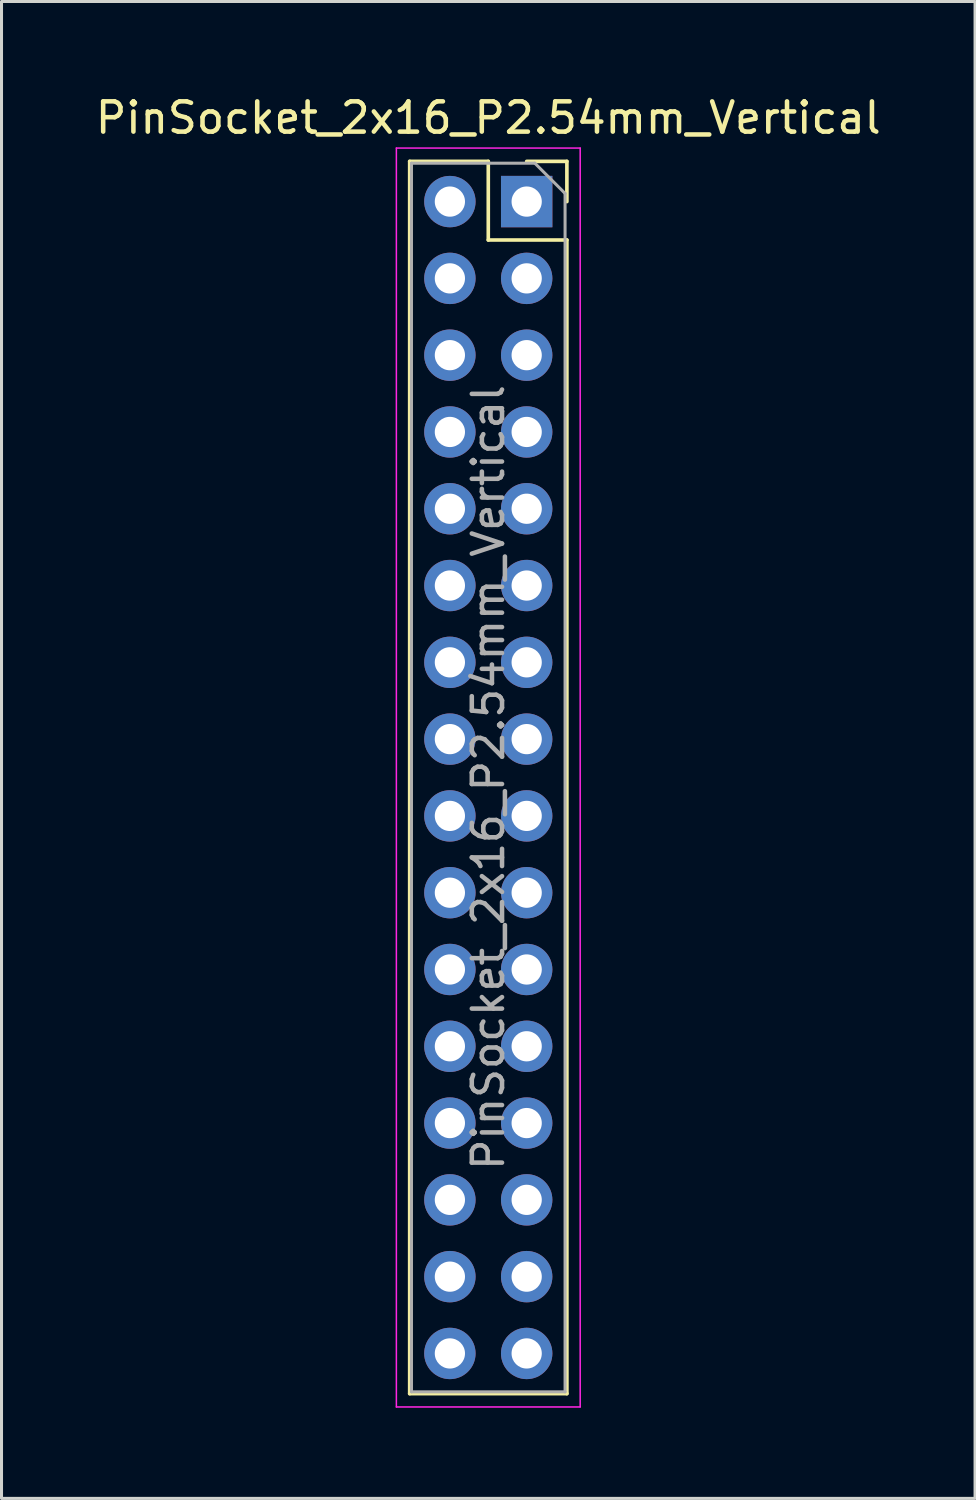
<source format=kicad_pcb>
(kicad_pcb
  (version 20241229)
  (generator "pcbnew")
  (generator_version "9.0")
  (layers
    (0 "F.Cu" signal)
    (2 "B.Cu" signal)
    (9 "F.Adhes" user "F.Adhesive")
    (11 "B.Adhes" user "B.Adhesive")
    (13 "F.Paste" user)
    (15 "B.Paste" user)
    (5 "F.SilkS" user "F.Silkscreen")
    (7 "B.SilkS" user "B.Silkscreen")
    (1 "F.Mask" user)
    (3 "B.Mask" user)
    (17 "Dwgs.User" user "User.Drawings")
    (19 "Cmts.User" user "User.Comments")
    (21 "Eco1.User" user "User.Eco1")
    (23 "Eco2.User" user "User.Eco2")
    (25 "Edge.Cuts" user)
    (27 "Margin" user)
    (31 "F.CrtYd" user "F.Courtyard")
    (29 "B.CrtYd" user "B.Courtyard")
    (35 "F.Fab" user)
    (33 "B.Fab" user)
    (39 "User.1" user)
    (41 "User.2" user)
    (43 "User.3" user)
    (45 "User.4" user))
  (footprint "PinSocket_2x16_P2.54mm_Vertical"
    (layer "F.Cu")
    (at 14.371 3.618)
    (property "Reference" "PinSocket_2x16_P2.54mm_Vertical" (at -1.27 -2.77 0) (layer "F.SilkS") (effects (font (size 1 1) (thickness 0.15))))
    (attr through_hole)
    (fp_line (start -3.87 -1.33) (end -3.87 39.43) (stroke (width 0.12) (type solid)) (layer "F.SilkS"))
    (fp_line (start -3.87 -1.33) (end -1.27 -1.33) (stroke (width 0.12) (type solid)) (layer "F.SilkS"))
    (fp_line (start -3.87 39.43) (end 1.33 39.43) (stroke (width 0.12) (type solid)) (layer "F.SilkS"))
    (fp_line (start -1.27 -1.33) (end -1.27 1.27) (stroke (width 0.12) (type solid)) (layer "F.SilkS"))
    (fp_line (start -1.27 1.27) (end 1.33 1.27) (stroke (width 0.12) (type solid)) (layer "F.SilkS"))
    (fp_line (start 0 -1.33) (end 1.33 -1.33) (stroke (width 0.12) (type solid)) (layer "F.SilkS"))
    (fp_line (start 1.33 -1.33) (end 1.33 0) (stroke (width 0.12) (type solid)) (layer "F.SilkS"))
    (fp_line (start 1.33 1.27) (end 1.33 39.43) (stroke (width 0.12) (type solid)) (layer "F.SilkS"))
    (fp_line (start -4.31 -1.77) (end 1.77 -1.77) (stroke (width 0.05) (type solid)) (layer "F.CrtYd"))
    (fp_line (start -4.31 39.87) (end -4.31 -1.77) (stroke (width 0.05) (type solid)) (layer "F.CrtYd"))
    (fp_line (start 1.77 -1.77) (end 1.77 39.87) (stroke (width 0.05) (type solid)) (layer "F.CrtYd"))
    (fp_line (start 1.77 39.87) (end -4.31 39.87) (stroke (width 0.05) (type solid)) (layer "F.CrtYd"))
    (fp_line (start -3.81 -1.27) (end 0.27 -1.27) (stroke (width 0.1) (type solid)) (layer "F.Fab"))
    (fp_line (start -3.81 39.37) (end -3.81 -1.27) (stroke (width 0.1) (type solid)) (layer "F.Fab"))
    (fp_line (start 0.27 -1.27) (end 1.27 -0.27) (stroke (width 0.1) (type solid)) (layer "F.Fab"))
    (fp_line (start 1.27 -0.27) (end 1.27 39.37) (stroke (width 0.1) (type solid)) (layer "F.Fab"))
    (fp_line (start 1.27 39.37) (end -3.81 39.37) (stroke (width 0.1) (type solid)) (layer "F.Fab"))
    (fp_text user "${REFERENCE}" (at -1.27 19.05 90) (layer "F.Fab") (effects (font (size 1 1) (thickness 0.15))))
    (pad "1" thru_hole rect (at 0 0) (size 1.7 1.7) (drill 1) (layers "*.Cu" "*.Mask"))
    (pad "2" thru_hole circle (at -2.54 0) (size 1.7 1.7) (drill 1) (layers "*.Cu" "*.Mask"))
    (pad "3" thru_hole circle (at 0 2.54) (size 1.7 1.7) (drill 1) (layers "*.Cu" "*.Mask"))
    (pad "4" thru_hole circle (at -2.54 2.54) (size 1.7 1.7) (drill 1) (layers "*.Cu" "*.Mask"))
    (pad "5" thru_hole circle (at 0 5.08) (size 1.7 1.7) (drill 1) (layers "*.Cu" "*.Mask"))
    (pad "6" thru_hole circle (at -2.54 5.08) (size 1.7 1.7) (drill 1) (layers "*.Cu" "*.Mask"))
    (pad "7" thru_hole circle (at 0 7.62) (size 1.7 1.7) (drill 1) (layers "*.Cu" "*.Mask"))
    (pad "8" thru_hole circle (at -2.54 7.62) (size 1.7 1.7) (drill 1) (layers "*.Cu" "*.Mask"))
    (pad "9" thru_hole circle (at 0 10.16) (size 1.7 1.7) (drill 1) (layers "*.Cu" "*.Mask"))
    (pad "10" thru_hole circle (at -2.54 10.16) (size 1.7 1.7) (drill 1) (layers "*.Cu" "*.Mask"))
    (pad "11" thru_hole circle (at 0 12.7) (size 1.7 1.7) (drill 1) (layers "*.Cu" "*.Mask"))
    (pad "12" thru_hole circle (at -2.54 12.7) (size 1.7 1.7) (drill 1) (layers "*.Cu" "*.Mask"))
    (pad "13" thru_hole circle (at 0 15.24) (size 1.7 1.7) (drill 1) (layers "*.Cu" "*.Mask"))
    (pad "14" thru_hole circle (at -2.54 15.24) (size 1.7 1.7) (drill 1) (layers "*.Cu" "*.Mask"))
    (pad "15" thru_hole circle (at 0 17.78) (size 1.7 1.7) (drill 1) (layers "*.Cu" "*.Mask"))
    (pad "16" thru_hole circle (at -2.54 17.78) (size 1.7 1.7) (drill 1) (layers "*.Cu" "*.Mask"))
    (pad "17" thru_hole circle (at 0 20.32) (size 1.7 1.7) (drill 1) (layers "*.Cu" "*.Mask"))
    (pad "18" thru_hole circle (at -2.54 20.32) (size 1.7 1.7) (drill 1) (layers "*.Cu" "*.Mask"))
    (pad "19" thru_hole circle (at 0 22.86) (size 1.7 1.7) (drill 1) (layers "*.Cu" "*.Mask"))
    (pad "20" thru_hole circle (at -2.54 22.86) (size 1.7 1.7) (drill 1) (layers "*.Cu" "*.Mask"))
    (pad "21" thru_hole circle (at 0 25.4) (size 1.7 1.7) (drill 1) (layers "*.Cu" "*.Mask"))
    (pad "22" thru_hole circle (at -2.54 25.4) (size 1.7 1.7) (drill 1) (layers "*.Cu" "*.Mask"))
    (pad "23" thru_hole circle (at 0 27.94) (size 1.7 1.7) (drill 1) (layers "*.Cu" "*.Mask"))
    (pad "24" thru_hole circle (at -2.54 27.94) (size 1.7 1.7) (drill 1) (layers "*.Cu" "*.Mask"))
    (pad "25" thru_hole circle (at 0 30.48) (size 1.7 1.7) (drill 1) (layers "*.Cu" "*.Mask"))
    (pad "26" thru_hole circle (at -2.54 30.48) (size 1.7 1.7) (drill 1) (layers "*.Cu" "*.Mask"))
    (pad "27" thru_hole circle (at 0 33.02) (size 1.7 1.7) (drill 1) (layers "*.Cu" "*.Mask"))
    (pad "28" thru_hole circle (at -2.54 33.02) (size 1.7 1.7) (drill 1) (layers "*.Cu" "*.Mask"))
    (pad "29" thru_hole circle (at 0 35.56) (size 1.7 1.7) (drill 1) (layers "*.Cu" "*.Mask"))
    (pad "30" thru_hole circle (at -2.54 35.56) (size 1.7 1.7) (drill 1) (layers "*.Cu" "*.Mask"))
    (pad "31" thru_hole circle (at 0 38.1) (size 1.7 1.7) (drill 1) (layers "*.Cu" "*.Mask"))
    (pad "32" thru_hole circle (at -2.54 38.1) (size 1.7 1.7) (drill 1) (layers "*.Cu" "*.Mask")))
  (gr_rect
    (start -3 -3)
    (end 29.202 46.513)
    (stroke (width 0.1) (type default))
    (fill no)
    (layer "Edge.Cuts")))
</source>
